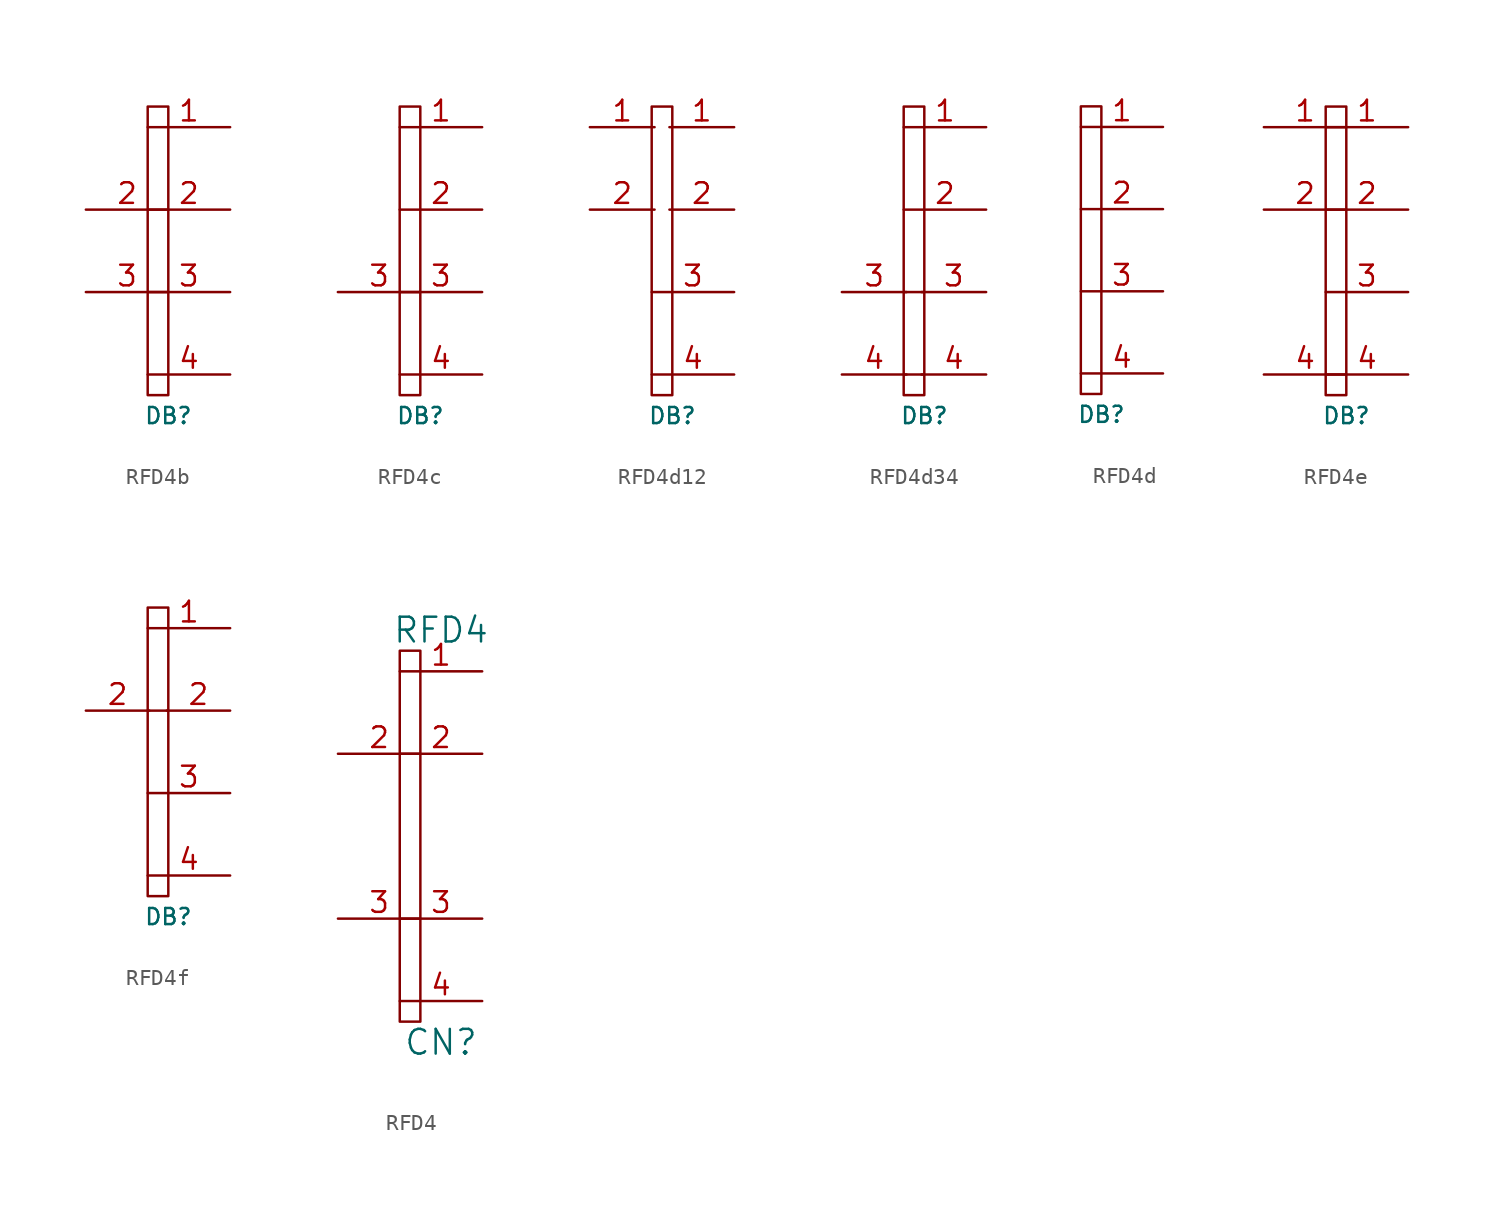
<source format=kicad_sym>
(kicad_symbol_lib
  (version 20220914)
  (generator kicad_symbol_editor)
  (symbol "RFD4b"
    (pin_names
      (offset 1.016))
    (property "Reference" "DB"
      (at -1.27 -10.16 0)
      (effects (font (size 0.991 0.991))))
    (property "Footprint" ""
      (at 0 -8.89 0)
      (effects (font (size 1.524 1.524))))
    (property "Datasheet" ""
      (at 0 -8.89 0)
      (effects (font (size 1.524 1.524))))
    (symbol "RFD4b_0_1"
      (rectangle (start -2.54 8.89) (end -1.27 -8.89) (stroke (width 0) (type solid)) (fill (type none))))
    (symbol "RFD4b_1_1"
      (pin input line (at 2.54 7.62 180) (length 5.08) (name "~" (effects (font (size 1.27 1.27)))) (number "1" (effects (font (size 1.27 1.27)))))
      (pin input line (at -6.35 2.54 0) (length 5.08) (name "~" (effects (font (size 1.27 1.27)))) (number "2" (effects (font (size 1.27 1.27)))))
      (pin input line (at 2.54 2.54 180) (length 5.08) (name "~" (effects (font (size 1.27 1.27)))) (number "2" (effects (font (size 1.27 1.27)))))
      (pin input line (at -6.35 -2.54 0) (length 5.08) (name "~" (effects (font (size 1.27 1.27)))) (number "3" (effects (font (size 1.27 1.27)))))
      (pin input line (at 2.54 -2.54 180) (length 5.08) (name "~" (effects (font (size 1.27 1.27)))) (number "3" (effects (font (size 1.27 1.27)))))
      (pin input line (at 2.54 -7.62 180) (length 5.08) (name "~" (effects (font (size 1.27 1.27)))) (number "4" (effects (font (size 1.27 1.27)))))))
  (symbol "RFD4c"
    (pin_names
      (offset 1.016))
    (property "Reference" "DB"
      (at -1.27 -10.16 0)
      (effects (font (size 0.991 0.991))))
    (property "Footprint" ""
      (at 0 -8.89 0)
      (effects (font (size 1.524 1.524))))
    (property "Datasheet" ""
      (at 0 -8.89 0)
      (effects (font (size 1.524 1.524))))
    (symbol "RFD4c_0_1"
      (rectangle (start -2.54 8.89) (end -1.27 -8.89) (stroke (width 0) (type solid)) (fill (type none))))
    (symbol "RFD4c_1_1"
      (pin input line (at 2.54 7.62 180) (length 5.08) (name "~" (effects (font (size 1.27 1.27)))) (number "1" (effects (font (size 1.27 1.27)))))
      (pin input line (at 2.54 2.54 180) (length 5.08) (name "~" (effects (font (size 1.27 1.27)))) (number "2" (effects (font (size 1.27 1.27)))))
      (pin input line (at -6.35 -2.54 0) (length 5.08) (name "~" (effects (font (size 1.27 1.27)))) (number "3" (effects (font (size 1.27 1.27)))))
      (pin input line (at 2.54 -2.54 180) (length 5.08) (name "~" (effects (font (size 1.27 1.27)))) (number "3" (effects (font (size 1.27 1.27)))))
      (pin input line (at 2.54 -7.62 180) (length 5.08) (name "~" (effects (font (size 1.27 1.27)))) (number "4" (effects (font (size 1.27 1.27)))))))
  (symbol "RFD4d12"
    (pin_names
      (offset 1.016))
    (property "Reference" "DB"
      (at -1.27 -10.16 0)
      (effects (font (size 0.991 0.991))))
    (property "Footprint" ""
      (at 0 -8.89 0)
      (effects (font (size 1.524 1.524))))
    (property "Datasheet" ""
      (at 0 -8.89 0)
      (effects (font (size 1.524 1.524))))
    (symbol "RFD4d12_0_1"
      (rectangle (start -2.54 8.89) (end -1.27 -8.89) (stroke (width 0) (type solid)) (fill (type none))))
    (symbol "RFD4d12_1_1"
      (pin input line (at -6.35 7.62 0) (length 3.988) (name "~" (effects (font (size 1.27 1.27)))) (number "1" (effects (font (size 1.27 1.27)))))
      (pin input line (at 2.54 7.62 180) (length 3.988) (name "~" (effects (font (size 1.27 1.27)))) (number "1" (effects (font (size 1.27 1.27)))))
      (pin input line (at -6.35 2.54 0) (length 3.988) (name "~" (effects (font (size 1.27 1.27)))) (number "2" (effects (font (size 1.27 1.27)))))
      (pin input line (at 2.54 2.54 180) (length 3.988) (name "~" (effects (font (size 1.27 1.27)))) (number "2" (effects (font (size 1.27 1.27)))))
      (pin input line (at 2.54 -2.54 180) (length 5.08) (name "~" (effects (font (size 1.27 1.27)))) (number "3" (effects (font (size 1.27 1.27)))))
      (pin input line (at 2.54 -7.62 180) (length 5.08) (name "~" (effects (font (size 1.27 1.27)))) (number "4" (effects (font (size 1.27 1.27)))))))
  (symbol "RFD4d34"
    (pin_names
      (offset 1.016))
    (property "Reference" "DB"
      (at -1.27 -10.16 0)
      (effects (font (size 0.991 0.991))))
    (property "Footprint" ""
      (at 0 -8.89 0)
      (effects (font (size 1.524 1.524))))
    (property "Datasheet" ""
      (at 0 -8.89 0)
      (effects (font (size 1.524 1.524))))
    (symbol "RFD4d34_0_1"
      (rectangle (start -2.54 8.89) (end -1.27 -8.89) (stroke (width 0) (type solid)) (fill (type none)))
      (polyline (pts (xy -2.54 -7.62) (xy -1.27 -7.62)) (stroke (width 0) (type solid)) (fill (type none)))
      (polyline (pts (xy -2.54 -2.54) (xy -1.27 -2.54)) (stroke (width 0) (type solid)) (fill (type none))))
    (symbol "RFD4d34_1_1"
      (pin input line (at 2.54 7.62 180) (length 5.08) (name "~" (effects (font (size 1.27 1.27)))) (number "1" (effects (font (size 1.27 1.27)))))
      (pin input line (at 2.54 2.54 180) (length 5.08) (name "~" (effects (font (size 1.27 1.27)))) (number "2" (effects (font (size 1.27 1.27)))))
      (pin bidirectional line (at -6.35 -2.54 0) (length 3.988) (name "~" (effects (font (size 1.27 1.27)))) (number "3" (effects (font (size 1.27 1.27)))))
      (pin bidirectional line (at 2.54 -2.54 180) (length 3.988) (name "~" (effects (font (size 1.27 1.27)))) (number "3" (effects (font (size 1.27 1.27)))))
      (pin bidirectional line (at -6.35 -7.62 0) (length 3.988) (name "~" (effects (font (size 1.27 1.27)))) (number "4" (effects (font (size 1.27 1.27)))))
      (pin bidirectional line (at 2.54 -7.62 180) (length 3.988) (name "~" (effects (font (size 1.27 1.27)))) (number "4" (effects (font (size 1.27 1.27)))))))
  (symbol "RFD4d"
    (pin_names
      (offset 1.016))
    (property "Reference" "DB"
      (at -1.27 -10.16 0)
      (effects (font (size 0.991 0.991))))
    (property "Footprint" ""
      (at 0 -8.89 0)
      (effects (font (size 1.524 1.524))))
    (property "Datasheet" ""
      (at 0 -8.89 0)
      (effects (font (size 1.524 1.524))))
    (symbol "RFD4d_0_1"
      (rectangle (start -2.54 8.89) (end -1.27 -8.89) (stroke (width 0) (type solid)) (fill (type none))))
    (symbol "RFD4d_1_1"
      (pin input line (at 2.54 7.62 180) (length 5.08) (name "~" (effects (font (size 1.27 1.27)))) (number "1" (effects (font (size 1.27 1.27)))))
      (pin input line (at 2.54 2.54 180) (length 5.08) (name "~" (effects (font (size 1.27 1.27)))) (number "2" (effects (font (size 1.27 1.27)))))
      (pin input line (at 2.54 -2.54 180) (length 5.08) (name "~" (effects (font (size 1.27 1.27)))) (number "3" (effects (font (size 1.27 1.27)))))
      (pin input line (at 2.54 -7.62 180) (length 5.08) (name "~" (effects (font (size 1.27 1.27)))) (number "4" (effects (font (size 1.27 1.27)))))))
  (symbol "RFD4e"
    (pin_names
      (offset 1.016))
    (property "Reference" "DB"
      (at -1.27 -10.16 0)
      (effects (font (size 0.991 0.991))))
    (property "Footprint" ""
      (at 0 -8.89 0)
      (effects (font (size 1.524 1.524))))
    (property "Datasheet" ""
      (at 0 -8.89 0)
      (effects (font (size 1.524 1.524))))
    (symbol "RFD4e_0_1"
      (rectangle (start -2.54 8.89) (end -1.27 -8.89) (stroke (width 0) (type solid)) (fill (type none))))
    (symbol "RFD4e_1_1"
      (pin input line (at -6.35 7.62 0) (length 5.08) (name "~" (effects (font (size 1.27 1.27)))) (number "1" (effects (font (size 1.27 1.27)))))
      (pin input line (at 2.54 7.62 180) (length 5.08) (name "~" (effects (font (size 1.27 1.27)))) (number "1" (effects (font (size 1.27 1.27)))))
      (pin input line (at -6.35 2.54 0) (length 5.08) (name "~" (effects (font (size 1.27 1.27)))) (number "2" (effects (font (size 1.27 1.27)))))
      (pin input line (at 2.54 2.54 180) (length 5.08) (name "~" (effects (font (size 1.27 1.27)))) (number "2" (effects (font (size 1.27 1.27)))))
      (pin input line (at 2.54 -2.54 180) (length 5.08) (name "~" (effects (font (size 1.27 1.27)))) (number "3" (effects (font (size 1.27 1.27)))))
      (pin input line (at -6.35 -7.62 0) (length 5.08) (name "~" (effects (font (size 1.27 1.27)))) (number "4" (effects (font (size 1.27 1.27)))))
      (pin input line (at 2.54 -7.62 180) (length 5.08) (name "~" (effects (font (size 1.27 1.27)))) (number "4" (effects (font (size 1.27 1.27)))))))
  (symbol "RFD4f"
    (pin_names
      (offset 1.016))
    (property "Reference" "DB"
      (at -1.27 -10.16 0)
      (effects (font (size 0.991 0.991))))
    (property "Footprint" ""
      (at 0 -8.89 0)
      (effects (font (size 1.524 1.524))))
    (property "Datasheet" ""
      (at 0 -8.89 0)
      (effects (font (size 1.524 1.524))))
    (symbol "RFD4f_0_1"
      (rectangle (start -2.54 8.89) (end -1.27 -8.89) (stroke (width 0) (type solid)) (fill (type none)))
      (polyline (pts (xy -2.54 2.54) (xy -1.27 2.54)) (stroke (width 0) (type solid)) (fill (type none))))
    (symbol "RFD4f_1_1"
      (pin input line (at 2.54 7.62 180) (length 5.08) (name "~" (effects (font (size 1.27 1.27)))) (number "1" (effects (font (size 1.27 1.27)))))
      (pin input line (at -6.35 2.54 0) (length 3.912) (name "~" (effects (font (size 1.27 1.27)))) (number "2" (effects (font (size 1.27 1.27)))))
      (pin input line (at 2.54 2.54 180) (length 3.912) (name "~" (effects (font (size 1.27 1.27)))) (number "2" (effects (font (size 1.27 1.27)))))
      (pin input line (at 2.54 -2.54 180) (length 5.08) (name "~" (effects (font (size 1.27 1.27)))) (number "3" (effects (font (size 1.27 1.27)))))
      (pin input line (at 2.54 -7.62 180) (length 5.08) (name "~" (effects (font (size 1.27 1.27)))) (number "4" (effects (font (size 1.27 1.27)))))))
  (symbol "RFD4"
    (pin_names
      (offset 1.016))
    (property "Reference" "CN"
      (at 0 -12.7 0)
      (effects (font (size 1.524 1.524))))
    (property "Value" "RFD4"
      (at 0 12.7 0)
      (effects (font (size 1.524 1.524))))
    (property "Footprint" ""
      (at 0 -8.89 0)
      (effects (font (size 1.524 1.524))))
    (property "Datasheet" ""
      (at 0 -8.89 0)
      (effects (font (size 1.524 1.524))))
    (symbol "RFD4_0_1"
      (rectangle (start -2.54 11.43) (end -1.27 -11.43) (stroke (width 0) (type solid)) (fill (type none))))
    (symbol "RFD4_1_1"
      (pin input line (at 2.54 10.16 180) (length 5.08) (name "~" (effects (font (size 1.27 1.27)))) (number "1" (effects (font (size 1.27 1.27)))))
      (pin input line (at -6.35 5.08 0) (length 5.08) (name "~" (effects (font (size 1.27 1.27)))) (number "2" (effects (font (size 1.27 1.27)))))
      (pin input line (at 2.54 5.08 180) (length 5.08) (name "~" (effects (font (size 1.27 1.27)))) (number "2" (effects (font (size 1.27 1.27)))))
      (pin input line (at -6.35 -5.08 0) (length 5.08) (name "~" (effects (font (size 1.27 1.27)))) (number "3" (effects (font (size 1.27 1.27)))))
      (pin input line (at 2.54 -5.08 180) (length 5.08) (name "~" (effects (font (size 1.27 1.27)))) (number "3" (effects (font (size 1.27 1.27)))))
      (pin input line (at 2.54 -10.16 180) (length 5.08) (name "~" (effects (font (size 1.27 1.27)))) (number "4" (effects (font (size 1.27 1.27))))))))
</source>
